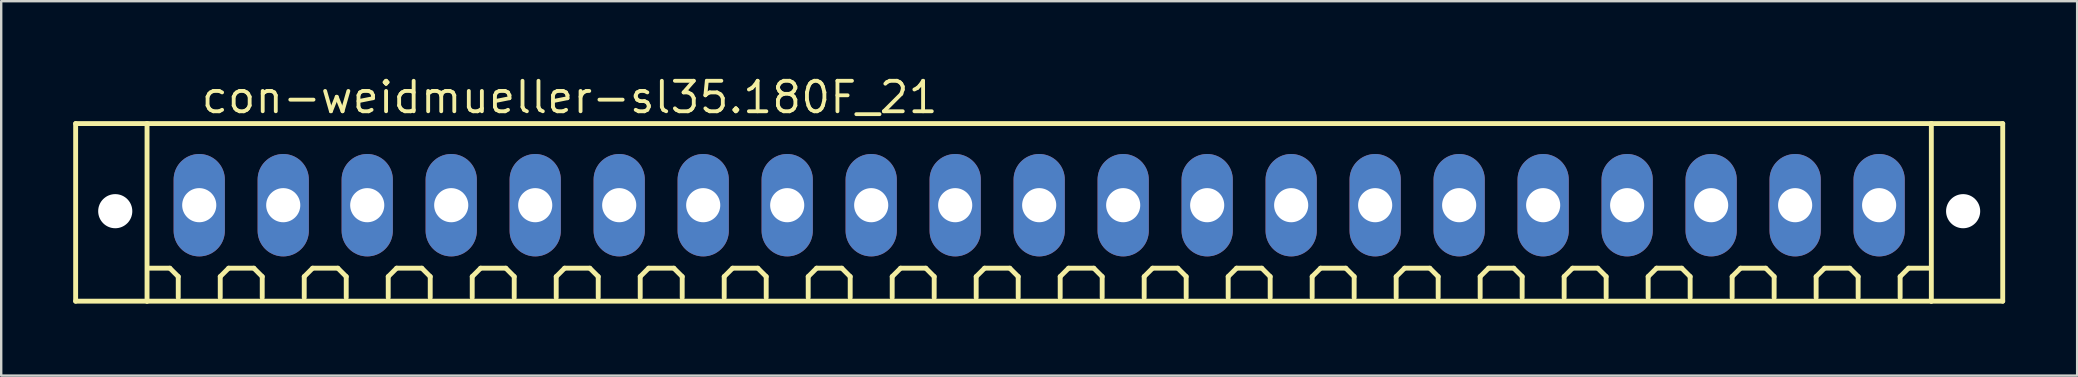
<source format=kicad_pcb>
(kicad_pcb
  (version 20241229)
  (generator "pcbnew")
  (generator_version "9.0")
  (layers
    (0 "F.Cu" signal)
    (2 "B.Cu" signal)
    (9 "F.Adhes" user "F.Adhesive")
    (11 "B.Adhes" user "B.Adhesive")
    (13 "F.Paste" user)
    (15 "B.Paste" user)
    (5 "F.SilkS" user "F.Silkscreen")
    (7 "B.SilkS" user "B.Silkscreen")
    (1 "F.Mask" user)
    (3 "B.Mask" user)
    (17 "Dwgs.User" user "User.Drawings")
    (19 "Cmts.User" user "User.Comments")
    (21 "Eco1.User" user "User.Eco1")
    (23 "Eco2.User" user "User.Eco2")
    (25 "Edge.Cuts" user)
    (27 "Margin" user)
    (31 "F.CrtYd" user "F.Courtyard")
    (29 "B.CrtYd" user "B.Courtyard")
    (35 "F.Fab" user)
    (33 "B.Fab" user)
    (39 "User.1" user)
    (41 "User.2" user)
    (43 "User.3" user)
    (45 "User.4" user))
  (footprint "con-weidmueller-sl35.180F_21"
    (layer "F.Cu")
    (at 40.252 5.5)
    (property "Reference" "con-weidmueller-sl35.180F_21" (at -35 -3.75 0) (layer "F.SilkS") (effects (font (size 1.27 1.27) (thickness 0.16)) (justify left bottom)))
    (attr through_hole)
    (fp_line (start -40.15 -3.4) (end -37.175 -3.4) (stroke (width 0.203) (type default)) (layer "F.SilkS"))
    (fp_line (start -40.15 4) (end -40.15 -3.4) (stroke (width 0.203) (type default)) (layer "F.SilkS"))
    (fp_line (start -37.175 -3.4) (end 37.175 -3.4) (stroke (width 0.203) (type default)) (layer "F.SilkS"))
    (fp_line (start -37.175 4) (end -40.15 4) (stroke (width 0.203) (type default)) (layer "F.SilkS"))
    (fp_line (start -37.175 4) (end -37.175 -3.4) (stroke (width 0.203) (type default)) (layer "F.SilkS"))
    (fp_line (start -36.225 2.625) (end -37.1 2.625) (stroke (width 0.203) (type default)) (layer "F.SilkS"))
    (fp_line (start -35.875 2.975) (end -36.225 2.625) (stroke (width 0.203) (type default)) (layer "F.SilkS"))
    (fp_line (start -35.875 3.85) (end -35.875 2.975) (stroke (width 0.203) (type default)) (layer "F.SilkS"))
    (fp_line (start -34.125 2.975) (end -33.775 2.625) (stroke (width 0.203) (type default)) (layer "F.SilkS"))
    (fp_line (start -34.125 3.85) (end -34.125 2.975) (stroke (width 0.203) (type default)) (layer "F.SilkS"))
    (fp_line (start -33.775 2.625) (end -32.725 2.625) (stroke (width 0.203) (type default)) (layer "F.SilkS"))
    (fp_line (start -32.725 2.625) (end -32.375 2.975) (stroke (width 0.203) (type default)) (layer "F.SilkS"))
    (fp_line (start -32.375 2.975) (end -32.375 3.85) (stroke (width 0.203) (type default)) (layer "F.SilkS"))
    (fp_line (start -30.625 2.975) (end -30.275 2.625) (stroke (width 0.203) (type default)) (layer "F.SilkS"))
    (fp_line (start -30.625 3.85) (end -30.625 2.975) (stroke (width 0.203) (type default)) (layer "F.SilkS"))
    (fp_line (start -30.275 2.625) (end -29.225 2.625) (stroke (width 0.203) (type default)) (layer "F.SilkS"))
    (fp_line (start -29.225 2.625) (end -28.875 2.975) (stroke (width 0.203) (type default)) (layer "F.SilkS"))
    (fp_line (start -28.875 2.975) (end -28.875 3.85) (stroke (width 0.203) (type default)) (layer "F.SilkS"))
    (fp_line (start -27.125 2.975) (end -26.775 2.625) (stroke (width 0.203) (type default)) (layer "F.SilkS"))
    (fp_line (start -27.125 3.85) (end -27.125 2.975) (stroke (width 0.203) (type default)) (layer "F.SilkS"))
    (fp_line (start -26.775 2.625) (end -25.725 2.625) (stroke (width 0.203) (type default)) (layer "F.SilkS"))
    (fp_line (start -25.725 2.625) (end -25.375 2.975) (stroke (width 0.203) (type default)) (layer "F.SilkS"))
    (fp_line (start -25.375 2.975) (end -25.375 3.85) (stroke (width 0.203) (type default)) (layer "F.SilkS"))
    (fp_line (start -23.625 2.975) (end -23.275 2.625) (stroke (width 0.203) (type default)) (layer "F.SilkS"))
    (fp_line (start -23.625 3.85) (end -23.625 2.975) (stroke (width 0.203) (type default)) (layer "F.SilkS"))
    (fp_line (start -23.275 2.625) (end -22.225 2.625) (stroke (width 0.203) (type default)) (layer "F.SilkS"))
    (fp_line (start -22.225 2.625) (end -21.875 2.975) (stroke (width 0.203) (type default)) (layer "F.SilkS"))
    (fp_line (start -21.875 2.975) (end -21.875 3.85) (stroke (width 0.203) (type default)) (layer "F.SilkS"))
    (fp_line (start -20.125 2.975) (end -19.775 2.625) (stroke (width 0.203) (type default)) (layer "F.SilkS"))
    (fp_line (start -20.125 3.85) (end -20.125 2.975) (stroke (width 0.203) (type default)) (layer "F.SilkS"))
    (fp_line (start -19.775 2.625) (end -18.725 2.625) (stroke (width 0.203) (type default)) (layer "F.SilkS"))
    (fp_line (start -18.725 2.625) (end -18.375 2.975) (stroke (width 0.203) (type default)) (layer "F.SilkS"))
    (fp_line (start -18.375 2.975) (end -18.375 3.85) (stroke (width 0.203) (type default)) (layer "F.SilkS"))
    (fp_line (start -16.625 2.975) (end -16.275 2.625) (stroke (width 0.203) (type default)) (layer "F.SilkS"))
    (fp_line (start -16.625 3.85) (end -16.625 2.975) (stroke (width 0.203) (type default)) (layer "F.SilkS"))
    (fp_line (start -16.275 2.625) (end -15.225 2.625) (stroke (width 0.203) (type default)) (layer "F.SilkS"))
    (fp_line (start -15.225 2.625) (end -14.875 2.975) (stroke (width 0.203) (type default)) (layer "F.SilkS"))
    (fp_line (start -14.875 2.975) (end -14.875 3.85) (stroke (width 0.203) (type default)) (layer "F.SilkS"))
    (fp_line (start -13.125 2.975) (end -12.775 2.625) (stroke (width 0.203) (type default)) (layer "F.SilkS"))
    (fp_line (start -13.125 3.85) (end -13.125 2.975) (stroke (width 0.203) (type default)) (layer "F.SilkS"))
    (fp_line (start -12.775 2.625) (end -11.725 2.625) (stroke (width 0.203) (type default)) (layer "F.SilkS"))
    (fp_line (start -11.725 2.625) (end -11.375 2.975) (stroke (width 0.203) (type default)) (layer "F.SilkS"))
    (fp_line (start -11.375 2.975) (end -11.375 3.85) (stroke (width 0.203) (type default)) (layer "F.SilkS"))
    (fp_line (start -9.625 2.975) (end -9.275 2.625) (stroke (width 0.203) (type default)) (layer "F.SilkS"))
    (fp_line (start -9.625 3.85) (end -9.625 2.975) (stroke (width 0.203) (type default)) (layer "F.SilkS"))
    (fp_line (start -9.275 2.625) (end -8.225 2.625) (stroke (width 0.203) (type default)) (layer "F.SilkS"))
    (fp_line (start -8.225 2.625) (end -7.875 2.975) (stroke (width 0.203) (type default)) (layer "F.SilkS"))
    (fp_line (start -7.875 2.975) (end -7.875 3.85) (stroke (width 0.203) (type default)) (layer "F.SilkS"))
    (fp_line (start -6.125 2.975) (end -5.775 2.625) (stroke (width 0.203) (type default)) (layer "F.SilkS"))
    (fp_line (start -6.125 3.85) (end -6.125 2.975) (stroke (width 0.203) (type default)) (layer "F.SilkS"))
    (fp_line (start -5.775 2.625) (end -4.725 2.625) (stroke (width 0.203) (type default)) (layer "F.SilkS"))
    (fp_line (start -4.725 2.625) (end -4.375 2.975) (stroke (width 0.203) (type default)) (layer "F.SilkS"))
    (fp_line (start -4.375 2.975) (end -4.375 3.85) (stroke (width 0.203) (type default)) (layer "F.SilkS"))
    (fp_line (start -2.625 2.975) (end -2.275 2.625) (stroke (width 0.203) (type default)) (layer "F.SilkS"))
    (fp_line (start -2.625 3.85) (end -2.625 2.975) (stroke (width 0.203) (type default)) (layer "F.SilkS"))
    (fp_line (start -2.275 2.625) (end -1.225 2.625) (stroke (width 0.203) (type default)) (layer "F.SilkS"))
    (fp_line (start -1.225 2.625) (end -0.875 2.975) (stroke (width 0.203) (type default)) (layer "F.SilkS"))
    (fp_line (start -0.875 2.975) (end -0.875 3.85) (stroke (width 0.203) (type default)) (layer "F.SilkS"))
    (fp_line (start 0.875 2.975) (end 1.225 2.625) (stroke (width 0.203) (type default)) (layer "F.SilkS"))
    (fp_line (start 0.875 3.85) (end 0.875 2.975) (stroke (width 0.203) (type default)) (layer "F.SilkS"))
    (fp_line (start 1.225 2.625) (end 2.275 2.625) (stroke (width 0.203) (type default)) (layer "F.SilkS"))
    (fp_line (start 2.275 2.625) (end 2.625 2.975) (stroke (width 0.203) (type default)) (layer "F.SilkS"))
    (fp_line (start 2.625 2.975) (end 2.625 3.85) (stroke (width 0.203) (type default)) (layer "F.SilkS"))
    (fp_line (start 4.375 2.975) (end 4.725 2.625) (stroke (width 0.203) (type default)) (layer "F.SilkS"))
    (fp_line (start 4.375 3.85) (end 4.375 2.975) (stroke (width 0.203) (type default)) (layer "F.SilkS"))
    (fp_line (start 4.725 2.625) (end 5.775 2.625) (stroke (width 0.203) (type default)) (layer "F.SilkS"))
    (fp_line (start 5.775 2.625) (end 6.125 2.975) (stroke (width 0.203) (type default)) (layer "F.SilkS"))
    (fp_line (start 6.125 2.975) (end 6.125 3.85) (stroke (width 0.203) (type default)) (layer "F.SilkS"))
    (fp_line (start 7.875 2.975) (end 8.225 2.625) (stroke (width 0.203) (type default)) (layer "F.SilkS"))
    (fp_line (start 7.875 3.85) (end 7.875 2.975) (stroke (width 0.203) (type default)) (layer "F.SilkS"))
    (fp_line (start 8.225 2.625) (end 9.275 2.625) (stroke (width 0.203) (type default)) (layer "F.SilkS"))
    (fp_line (start 9.275 2.625) (end 9.625 2.975) (stroke (width 0.203) (type default)) (layer "F.SilkS"))
    (fp_line (start 9.625 2.975) (end 9.625 3.85) (stroke (width 0.203) (type default)) (layer "F.SilkS"))
    (fp_line (start 11.375 2.975) (end 11.725 2.625) (stroke (width 0.203) (type default)) (layer "F.SilkS"))
    (fp_line (start 11.375 3.85) (end 11.375 2.975) (stroke (width 0.203) (type default)) (layer "F.SilkS"))
    (fp_line (start 11.725 2.625) (end 12.775 2.625) (stroke (width 0.203) (type default)) (layer "F.SilkS"))
    (fp_line (start 12.775 2.625) (end 13.125 2.975) (stroke (width 0.203) (type default)) (layer "F.SilkS"))
    (fp_line (start 13.125 2.975) (end 13.125 3.85) (stroke (width 0.203) (type default)) (layer "F.SilkS"))
    (fp_line (start 14.875 2.975) (end 15.225 2.625) (stroke (width 0.203) (type default)) (layer "F.SilkS"))
    (fp_line (start 14.875 3.85) (end 14.875 2.975) (stroke (width 0.203) (type default)) (layer "F.SilkS"))
    (fp_line (start 15.225 2.625) (end 16.275 2.625) (stroke (width 0.203) (type default)) (layer "F.SilkS"))
    (fp_line (start 16.275 2.625) (end 16.625 2.975) (stroke (width 0.203) (type default)) (layer "F.SilkS"))
    (fp_line (start 16.625 2.975) (end 16.625 3.85) (stroke (width 0.203) (type default)) (layer "F.SilkS"))
    (fp_line (start 18.375 2.975) (end 18.725 2.625) (stroke (width 0.203) (type default)) (layer "F.SilkS"))
    (fp_line (start 18.375 3.85) (end 18.375 2.975) (stroke (width 0.203) (type default)) (layer "F.SilkS"))
    (fp_line (start 18.725 2.625) (end 19.775 2.625) (stroke (width 0.203) (type default)) (layer "F.SilkS"))
    (fp_line (start 19.775 2.625) (end 20.125 2.975) (stroke (width 0.203) (type default)) (layer "F.SilkS"))
    (fp_line (start 20.125 2.975) (end 20.125 3.85) (stroke (width 0.203) (type default)) (layer "F.SilkS"))
    (fp_line (start 21.875 2.975) (end 22.225 2.625) (stroke (width 0.203) (type default)) (layer "F.SilkS"))
    (fp_line (start 21.875 3.85) (end 21.875 2.975) (stroke (width 0.203) (type default)) (layer "F.SilkS"))
    (fp_line (start 22.225 2.625) (end 23.275 2.625) (stroke (width 0.203) (type default)) (layer "F.SilkS"))
    (fp_line (start 23.275 2.625) (end 23.625 2.975) (stroke (width 0.203) (type default)) (layer "F.SilkS"))
    (fp_line (start 23.625 2.975) (end 23.625 3.85) (stroke (width 0.203) (type default)) (layer "F.SilkS"))
    (fp_line (start 25.375 2.975) (end 25.725 2.625) (stroke (width 0.203) (type default)) (layer "F.SilkS"))
    (fp_line (start 25.375 3.85) (end 25.375 2.975) (stroke (width 0.203) (type default)) (layer "F.SilkS"))
    (fp_line (start 25.725 2.625) (end 26.775 2.625) (stroke (width 0.203) (type default)) (layer "F.SilkS"))
    (fp_line (start 26.775 2.625) (end 27.125 2.975) (stroke (width 0.203) (type default)) (layer "F.SilkS"))
    (fp_line (start 27.125 2.975) (end 27.125 3.85) (stroke (width 0.203) (type default)) (layer "F.SilkS"))
    (fp_line (start 28.875 2.975) (end 29.225 2.625) (stroke (width 0.203) (type default)) (layer "F.SilkS"))
    (fp_line (start 28.875 3.85) (end 28.875 2.975) (stroke (width 0.203) (type default)) (layer "F.SilkS"))
    (fp_line (start 29.225 2.625) (end 30.275 2.625) (stroke (width 0.203) (type default)) (layer "F.SilkS"))
    (fp_line (start 30.275 2.625) (end 30.625 2.975) (stroke (width 0.203) (type default)) (layer "F.SilkS"))
    (fp_line (start 30.625 2.975) (end 30.625 3.85) (stroke (width 0.203) (type default)) (layer "F.SilkS"))
    (fp_line (start 32.375 2.975) (end 32.725 2.625) (stroke (width 0.203) (type default)) (layer "F.SilkS"))
    (fp_line (start 32.375 3.85) (end 32.375 2.975) (stroke (width 0.203) (type default)) (layer "F.SilkS"))
    (fp_line (start 32.725 2.625) (end 33.775 2.625) (stroke (width 0.203) (type default)) (layer "F.SilkS"))
    (fp_line (start 33.775 2.625) (end 34.125 2.975) (stroke (width 0.203) (type default)) (layer "F.SilkS"))
    (fp_line (start 34.125 2.975) (end 34.125 3.85) (stroke (width 0.203) (type default)) (layer "F.SilkS"))
    (fp_line (start 35.875 2.975) (end 36.225 2.625) (stroke (width 0.203) (type default)) (layer "F.SilkS"))
    (fp_line (start 35.875 3.85) (end 35.875 2.975) (stroke (width 0.203) (type default)) (layer "F.SilkS"))
    (fp_line (start 36.225 2.625) (end 37.1 2.625) (stroke (width 0.203) (type default)) (layer "F.SilkS"))
    (fp_line (start 37.175 -3.4) (end 37.175 4) (stroke (width 0.203) (type default)) (layer "F.SilkS"))
    (fp_line (start 37.175 -3.4) (end 40.15 -3.4) (stroke (width 0.203) (type default)) (layer "F.SilkS"))
    (fp_line (start 37.175 4) (end -37.175 4) (stroke (width 0.203) (type default)) (layer "F.SilkS"))
    (fp_line (start 40.15 -3.4) (end 40.15 4) (stroke (width 0.203) (type default)) (layer "F.SilkS"))
    (fp_line (start 40.15 4) (end 37.175 4) (stroke (width 0.203) (type default)) (layer "F.SilkS"))
    (pad "" np_thru_hole circle (at -38.5 0.25) (size 1.422 1.422) (drill 1.422) (layers "*.Cu" "*.Mask"))
    (pad "" np_thru_hole circle (at 38.5 0.25) (size 1.422 1.422) (drill 1.422) (layers "*.Cu" "*.Mask"))
    (pad "1" thru_hole oval (at -35 0 90) (size 4.267 2.134) (drill 1.422) (layers "*.Cu" "*.Mask"))
    (pad "2" thru_hole oval (at -31.5 0 90) (size 4.267 2.134) (drill 1.422) (layers "*.Cu" "*.Mask"))
    (pad "3" thru_hole oval (at -28 0 90) (size 4.267 2.134) (drill 1.422) (layers "*.Cu" "*.Mask"))
    (pad "4" thru_hole oval (at -24.5 0 90) (size 4.267 2.134) (drill 1.422) (layers "*.Cu" "*.Mask"))
    (pad "5" thru_hole oval (at -21 0 90) (size 4.267 2.134) (drill 1.422) (layers "*.Cu" "*.Mask"))
    (pad "6" thru_hole oval (at -17.5 0 90) (size 4.267 2.134) (drill 1.422) (layers "*.Cu" "*.Mask"))
    (pad "7" thru_hole oval (at -14 0 90) (size 4.267 2.134) (drill 1.422) (layers "*.Cu" "*.Mask"))
    (pad "8" thru_hole oval (at -10.5 0 90) (size 4.267 2.134) (drill 1.422) (layers "*.Cu" "*.Mask"))
    (pad "9" thru_hole oval (at -7 0 90) (size 4.267 2.134) (drill 1.422) (layers "*.Cu" "*.Mask"))
    (pad "10" thru_hole oval (at -3.5 0 90) (size 4.267 2.134) (drill 1.422) (layers "*.Cu" "*.Mask"))
    (pad "11" thru_hole oval (at 0 0 90) (size 4.267 2.134) (drill 1.422) (layers "*.Cu" "*.Mask"))
    (pad "12" thru_hole oval (at 3.5 0 90) (size 4.267 2.134) (drill 1.422) (layers "*.Cu" "*.Mask"))
    (pad "13" thru_hole oval (at 7 0 90) (size 4.267 2.134) (drill 1.422) (layers "*.Cu" "*.Mask"))
    (pad "14" thru_hole oval (at 10.5 0 90) (size 4.267 2.134) (drill 1.422) (layers "*.Cu" "*.Mask"))
    (pad "15" thru_hole oval (at 14 0 90) (size 4.267 2.134) (drill 1.422) (layers "*.Cu" "*.Mask"))
    (pad "16" thru_hole oval (at 17.5 0 90) (size 4.267 2.134) (drill 1.422) (layers "*.Cu" "*.Mask"))
    (pad "17" thru_hole oval (at 21 0 90) (size 4.267 2.134) (drill 1.422) (layers "*.Cu" "*.Mask"))
    (pad "18" thru_hole oval (at 24.5 0 90) (size 4.267 2.134) (drill 1.422) (layers "*.Cu" "*.Mask"))
    (pad "19" thru_hole oval (at 28 0 90) (size 4.267 2.134) (drill 1.422) (layers "*.Cu" "*.Mask"))
    (pad "20" thru_hole oval (at 31.5 0 90) (size 4.267 2.134) (drill 1.422) (layers "*.Cu" "*.Mask"))
    (pad "21" thru_hole oval (at 35 0 90) (size 4.267 2.134) (drill 1.422) (layers "*.Cu" "*.Mask")))
  (gr_rect
    (start -3 -3)
    (end 83.503 12.602)
    (stroke (width 0.1) (type default))
    (fill no)
    (layer "Edge.Cuts")))
</source>
